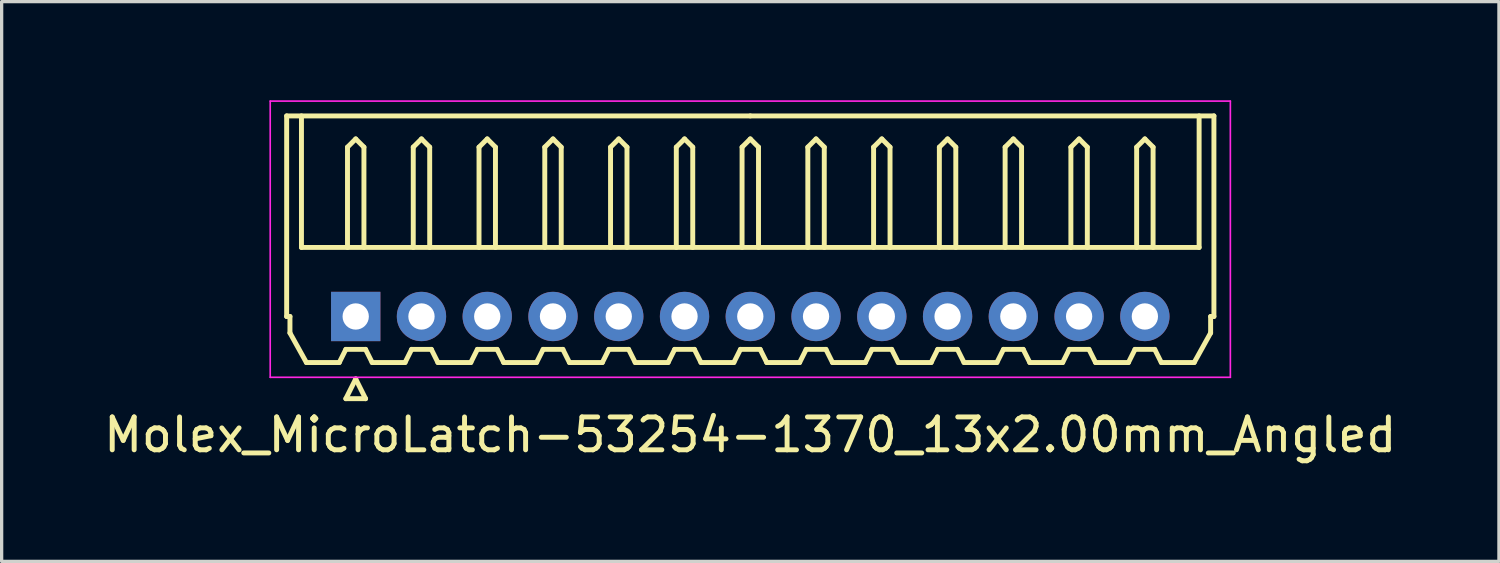
<source format=kicad_pcb>
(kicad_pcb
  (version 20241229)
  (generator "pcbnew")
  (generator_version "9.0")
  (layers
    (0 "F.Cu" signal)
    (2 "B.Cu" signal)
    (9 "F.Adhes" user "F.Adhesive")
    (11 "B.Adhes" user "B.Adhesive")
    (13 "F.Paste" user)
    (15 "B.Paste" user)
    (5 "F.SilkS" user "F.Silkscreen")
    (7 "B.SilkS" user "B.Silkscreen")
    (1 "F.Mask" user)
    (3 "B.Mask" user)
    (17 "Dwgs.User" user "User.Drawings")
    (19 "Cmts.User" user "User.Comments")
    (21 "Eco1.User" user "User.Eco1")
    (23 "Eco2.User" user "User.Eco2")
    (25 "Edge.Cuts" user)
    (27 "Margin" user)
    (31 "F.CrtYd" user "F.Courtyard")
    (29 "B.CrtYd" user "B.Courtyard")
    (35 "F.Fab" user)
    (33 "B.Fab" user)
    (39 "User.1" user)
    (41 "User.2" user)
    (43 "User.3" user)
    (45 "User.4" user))
  (footprint "Molex_MicroLatch-53254-1370_13x2.00mm_Angled"
    (layer "F.Cu")
    (at 7.768 6.575)
    (property "Reference" "Molex_MicroLatch-53254-1370_13x2.00mm_Angled" (at 12 3.6 0) (layer "F.SilkS") (effects (font (size 1 1) (thickness 0.15))))
    (attr through_hole)
    (fp_line (start -2.1 -6.1) (end 12 -6.1) (stroke (width 0.15) (type solid)) (layer "F.SilkS"))
    (fp_line (start -2.1 0) (end -2.1 -6.1) (stroke (width 0.15) (type solid)) (layer "F.SilkS"))
    (fp_line (start -2 0) (end -2.1 0) (stroke (width 0.15) (type solid)) (layer "F.SilkS"))
    (fp_line (start -2 0.5) (end -2 0) (stroke (width 0.15) (type solid)) (layer "F.SilkS"))
    (fp_line (start -1.65 -6.1) (end -1.65 -2.1) (stroke (width 0.15) (type solid)) (layer "F.SilkS"))
    (fp_line (start -1.65 -2.1) (end 25.65 -2.1) (stroke (width 0.15) (type solid)) (layer "F.SilkS"))
    (fp_line (start -1.5 1.4) (end -2 0.5) (stroke (width 0.15) (type solid)) (layer "F.SilkS"))
    (fp_line (start -0.5 1.4) (end -1.5 1.4) (stroke (width 0.15) (type solid)) (layer "F.SilkS"))
    (fp_line (start -0.3 1) (end -0.5 1.4) (stroke (width 0.15) (type solid)) (layer "F.SilkS"))
    (fp_line (start -0.3 1) (end 0.3 1) (stroke (width 0.15) (type solid)) (layer "F.SilkS"))
    (fp_line (start -0.3 2.5) (end 0.3 2.5) (stroke (width 0.15) (type solid)) (layer "F.SilkS"))
    (fp_line (start -0.25 -5.15) (end 0 -5.4) (stroke (width 0.15) (type solid)) (layer "F.SilkS"))
    (fp_line (start -0.25 -2.1) (end -0.25 -5.15) (stroke (width 0.15) (type solid)) (layer "F.SilkS"))
    (fp_line (start 0 -5.4) (end 0.25 -5.15) (stroke (width 0.15) (type solid)) (layer "F.SilkS"))
    (fp_line (start 0 1.9) (end -0.3 2.5) (stroke (width 0.15) (type solid)) (layer "F.SilkS"))
    (fp_line (start 0.25 -5.15) (end 0.25 -2.1) (stroke (width 0.15) (type solid)) (layer "F.SilkS"))
    (fp_line (start 0.3 1) (end 0.5 1.4) (stroke (width 0.15) (type solid)) (layer "F.SilkS"))
    (fp_line (start 0.3 2.5) (end 0 1.9) (stroke (width 0.15) (type solid)) (layer "F.SilkS"))
    (fp_line (start 0.5 1.4) (end 1.5 1.4) (stroke (width 0.15) (type solid)) (layer "F.SilkS"))
    (fp_line (start 1.5 1.4) (end 1.7 1) (stroke (width 0.15) (type solid)) (layer "F.SilkS"))
    (fp_line (start 1.7 1) (end 2.3 1) (stroke (width 0.15) (type solid)) (layer "F.SilkS"))
    (fp_line (start 1.75 -5.15) (end 2 -5.4) (stroke (width 0.15) (type solid)) (layer "F.SilkS"))
    (fp_line (start 1.75 -2.1) (end 1.75 -5.15) (stroke (width 0.15) (type solid)) (layer "F.SilkS"))
    (fp_line (start 2 -5.4) (end 2.25 -5.15) (stroke (width 0.15) (type solid)) (layer "F.SilkS"))
    (fp_line (start 2.25 -5.15) (end 2.25 -2.1) (stroke (width 0.15) (type solid)) (layer "F.SilkS"))
    (fp_line (start 2.3 1) (end 2.5 1.4) (stroke (width 0.15) (type solid)) (layer "F.SilkS"))
    (fp_line (start 2.5 1.4) (end 3.5 1.4) (stroke (width 0.15) (type solid)) (layer "F.SilkS"))
    (fp_line (start 3.5 1.4) (end 3.7 1) (stroke (width 0.15) (type solid)) (layer "F.SilkS"))
    (fp_line (start 3.7 1) (end 4.3 1) (stroke (width 0.15) (type solid)) (layer "F.SilkS"))
    (fp_line (start 3.75 -5.15) (end 4 -5.4) (stroke (width 0.15) (type solid)) (layer "F.SilkS"))
    (fp_line (start 3.75 -2.1) (end 3.75 -5.15) (stroke (width 0.15) (type solid)) (layer "F.SilkS"))
    (fp_line (start 4 -5.4) (end 4.25 -5.15) (stroke (width 0.15) (type solid)) (layer "F.SilkS"))
    (fp_line (start 4.25 -5.15) (end 4.25 -2.1) (stroke (width 0.15) (type solid)) (layer "F.SilkS"))
    (fp_line (start 4.3 1) (end 4.5 1.4) (stroke (width 0.15) (type solid)) (layer "F.SilkS"))
    (fp_line (start 4.5 1.4) (end 5.5 1.4) (stroke (width 0.15) (type solid)) (layer "F.SilkS"))
    (fp_line (start 5.5 1.4) (end 5.7 1) (stroke (width 0.15) (type solid)) (layer "F.SilkS"))
    (fp_line (start 5.7 1) (end 6.3 1) (stroke (width 0.15) (type solid)) (layer "F.SilkS"))
    (fp_line (start 5.75 -5.15) (end 6 -5.4) (stroke (width 0.15) (type solid)) (layer "F.SilkS"))
    (fp_line (start 5.75 -2.1) (end 5.75 -5.15) (stroke (width 0.15) (type solid)) (layer "F.SilkS"))
    (fp_line (start 6 -5.4) (end 6.25 -5.15) (stroke (width 0.15) (type solid)) (layer "F.SilkS"))
    (fp_line (start 6.25 -5.15) (end 6.25 -2.1) (stroke (width 0.15) (type solid)) (layer "F.SilkS"))
    (fp_line (start 6.3 1) (end 6.5 1.4) (stroke (width 0.15) (type solid)) (layer "F.SilkS"))
    (fp_line (start 6.5 1.4) (end 7.5 1.4) (stroke (width 0.15) (type solid)) (layer "F.SilkS"))
    (fp_line (start 7.5 1.4) (end 7.7 1) (stroke (width 0.15) (type solid)) (layer "F.SilkS"))
    (fp_line (start 7.7 1) (end 8.3 1) (stroke (width 0.15) (type solid)) (layer "F.SilkS"))
    (fp_line (start 7.75 -5.15) (end 8 -5.4) (stroke (width 0.15) (type solid)) (layer "F.SilkS"))
    (fp_line (start 7.75 -2.1) (end 7.75 -5.15) (stroke (width 0.15) (type solid)) (layer "F.SilkS"))
    (fp_line (start 8 -5.4) (end 8.25 -5.15) (stroke (width 0.15) (type solid)) (layer "F.SilkS"))
    (fp_line (start 8.25 -5.15) (end 8.25 -2.1) (stroke (width 0.15) (type solid)) (layer "F.SilkS"))
    (fp_line (start 8.3 1) (end 8.5 1.4) (stroke (width 0.15) (type solid)) (layer "F.SilkS"))
    (fp_line (start 8.5 1.4) (end 9.5 1.4) (stroke (width 0.15) (type solid)) (layer "F.SilkS"))
    (fp_line (start 9.5 1.4) (end 9.7 1) (stroke (width 0.15) (type solid)) (layer "F.SilkS"))
    (fp_line (start 9.7 1) (end 10.3 1) (stroke (width 0.15) (type solid)) (layer "F.SilkS"))
    (fp_line (start 9.75 -5.15) (end 10 -5.4) (stroke (width 0.15) (type solid)) (layer "F.SilkS"))
    (fp_line (start 9.75 -2.1) (end 9.75 -5.15) (stroke (width 0.15) (type solid)) (layer "F.SilkS"))
    (fp_line (start 10 -5.4) (end 10.25 -5.15) (stroke (width 0.15) (type solid)) (layer "F.SilkS"))
    (fp_line (start 10.25 -5.15) (end 10.25 -2.1) (stroke (width 0.15) (type solid)) (layer "F.SilkS"))
    (fp_line (start 10.3 1) (end 10.5 1.4) (stroke (width 0.15) (type solid)) (layer "F.SilkS"))
    (fp_line (start 10.5 1.4) (end 11.5 1.4) (stroke (width 0.15) (type solid)) (layer "F.SilkS"))
    (fp_line (start 11.5 1.4) (end 11.7 1) (stroke (width 0.15) (type solid)) (layer "F.SilkS"))
    (fp_line (start 11.7 1) (end 12.3 1) (stroke (width 0.15) (type solid)) (layer "F.SilkS"))
    (fp_line (start 11.75 -5.15) (end 12 -5.4) (stroke (width 0.15) (type solid)) (layer "F.SilkS"))
    (fp_line (start 11.75 -2.1) (end 11.75 -5.15) (stroke (width 0.15) (type solid)) (layer "F.SilkS"))
    (fp_line (start 12 -5.4) (end 12.25 -5.15) (stroke (width 0.15) (type solid)) (layer "F.SilkS"))
    (fp_line (start 12.25 -5.15) (end 12.25 -2.1) (stroke (width 0.15) (type solid)) (layer "F.SilkS"))
    (fp_line (start 12.3 1) (end 12.5 1.4) (stroke (width 0.15) (type solid)) (layer "F.SilkS"))
    (fp_line (start 12.5 1.4) (end 13.5 1.4) (stroke (width 0.15) (type solid)) (layer "F.SilkS"))
    (fp_line (start 13.5 1.4) (end 13.7 1) (stroke (width 0.15) (type solid)) (layer "F.SilkS"))
    (fp_line (start 13.7 1) (end 14.3 1) (stroke (width 0.15) (type solid)) (layer "F.SilkS"))
    (fp_line (start 13.75 -5.15) (end 14 -5.4) (stroke (width 0.15) (type solid)) (layer "F.SilkS"))
    (fp_line (start 13.75 -2.1) (end 13.75 -5.15) (stroke (width 0.15) (type solid)) (layer "F.SilkS"))
    (fp_line (start 14 -5.4) (end 14.25 -5.15) (stroke (width 0.15) (type solid)) (layer "F.SilkS"))
    (fp_line (start 14.25 -5.15) (end 14.25 -2.1) (stroke (width 0.15) (type solid)) (layer "F.SilkS"))
    (fp_line (start 14.3 1) (end 14.5 1.4) (stroke (width 0.15) (type solid)) (layer "F.SilkS"))
    (fp_line (start 14.5 1.4) (end 15.5 1.4) (stroke (width 0.15) (type solid)) (layer "F.SilkS"))
    (fp_line (start 15.5 1.4) (end 15.7 1) (stroke (width 0.15) (type solid)) (layer "F.SilkS"))
    (fp_line (start 15.7 1) (end 16.3 1) (stroke (width 0.15) (type solid)) (layer "F.SilkS"))
    (fp_line (start 15.75 -5.15) (end 16 -5.4) (stroke (width 0.15) (type solid)) (layer "F.SilkS"))
    (fp_line (start 15.75 -2.1) (end 15.75 -5.15) (stroke (width 0.15) (type solid)) (layer "F.SilkS"))
    (fp_line (start 16 -5.4) (end 16.25 -5.15) (stroke (width 0.15) (type solid)) (layer "F.SilkS"))
    (fp_line (start 16.25 -5.15) (end 16.25 -2.1) (stroke (width 0.15) (type solid)) (layer "F.SilkS"))
    (fp_line (start 16.3 1) (end 16.5 1.4) (stroke (width 0.15) (type solid)) (layer "F.SilkS"))
    (fp_line (start 16.5 1.4) (end 17.5 1.4) (stroke (width 0.15) (type solid)) (layer "F.SilkS"))
    (fp_line (start 17.5 1.4) (end 17.7 1) (stroke (width 0.15) (type solid)) (layer "F.SilkS"))
    (fp_line (start 17.7 1) (end 18.3 1) (stroke (width 0.15) (type solid)) (layer "F.SilkS"))
    (fp_line (start 17.75 -5.15) (end 18 -5.4) (stroke (width 0.15) (type solid)) (layer "F.SilkS"))
    (fp_line (start 17.75 -2.1) (end 17.75 -5.15) (stroke (width 0.15) (type solid)) (layer "F.SilkS"))
    (fp_line (start 18 -5.4) (end 18.25 -5.15) (stroke (width 0.15) (type solid)) (layer "F.SilkS"))
    (fp_line (start 18.25 -5.15) (end 18.25 -2.1) (stroke (width 0.15) (type solid)) (layer "F.SilkS"))
    (fp_line (start 18.3 1) (end 18.5 1.4) (stroke (width 0.15) (type solid)) (layer "F.SilkS"))
    (fp_line (start 18.5 1.4) (end 19.5 1.4) (stroke (width 0.15) (type solid)) (layer "F.SilkS"))
    (fp_line (start 19.5 1.4) (end 19.7 1) (stroke (width 0.15) (type solid)) (layer "F.SilkS"))
    (fp_line (start 19.7 1) (end 20.3 1) (stroke (width 0.15) (type solid)) (layer "F.SilkS"))
    (fp_line (start 19.75 -5.15) (end 20 -5.4) (stroke (width 0.15) (type solid)) (layer "F.SilkS"))
    (fp_line (start 19.75 -2.1) (end 19.75 -5.15) (stroke (width 0.15) (type solid)) (layer "F.SilkS"))
    (fp_line (start 20 -5.4) (end 20.25 -5.15) (stroke (width 0.15) (type solid)) (layer "F.SilkS"))
    (fp_line (start 20.25 -5.15) (end 20.25 -2.1) (stroke (width 0.15) (type solid)) (layer "F.SilkS"))
    (fp_line (start 20.3 1) (end 20.5 1.4) (stroke (width 0.15) (type solid)) (layer "F.SilkS"))
    (fp_line (start 20.5 1.4) (end 21.5 1.4) (stroke (width 0.15) (type solid)) (layer "F.SilkS"))
    (fp_line (start 21.5 1.4) (end 21.7 1) (stroke (width 0.15) (type solid)) (layer "F.SilkS"))
    (fp_line (start 21.7 1) (end 22.3 1) (stroke (width 0.15) (type solid)) (layer "F.SilkS"))
    (fp_line (start 21.75 -5.15) (end 22 -5.4) (stroke (width 0.15) (type solid)) (layer "F.SilkS"))
    (fp_line (start 21.75 -2.1) (end 21.75 -5.15) (stroke (width 0.15) (type solid)) (layer "F.SilkS"))
    (fp_line (start 22 -5.4) (end 22.25 -5.15) (stroke (width 0.15) (type solid)) (layer "F.SilkS"))
    (fp_line (start 22.25 -5.15) (end 22.25 -2.1) (stroke (width 0.15) (type solid)) (layer "F.SilkS"))
    (fp_line (start 22.3 1) (end 22.5 1.4) (stroke (width 0.15) (type solid)) (layer "F.SilkS"))
    (fp_line (start 22.5 1.4) (end 23.5 1.4) (stroke (width 0.15) (type solid)) (layer "F.SilkS"))
    (fp_line (start 23.5 1.4) (end 23.7 1) (stroke (width 0.15) (type solid)) (layer "F.SilkS"))
    (fp_line (start 23.7 1) (end 24.3 1) (stroke (width 0.15) (type solid)) (layer "F.SilkS"))
    (fp_line (start 23.75 -5.15) (end 24 -5.4) (stroke (width 0.15) (type solid)) (layer "F.SilkS"))
    (fp_line (start 23.75 -2.1) (end 23.75 -5.15) (stroke (width 0.15) (type solid)) (layer "F.SilkS"))
    (fp_line (start 24 -5.4) (end 24.25 -5.15) (stroke (width 0.15) (type solid)) (layer "F.SilkS"))
    (fp_line (start 24.25 -5.15) (end 24.25 -2.1) (stroke (width 0.15) (type solid)) (layer "F.SilkS"))
    (fp_line (start 24.3 1) (end 24.5 1.4) (stroke (width 0.15) (type solid)) (layer "F.SilkS"))
    (fp_line (start 24.5 1.4) (end 25.5 1.4) (stroke (width 0.15) (type solid)) (layer "F.SilkS"))
    (fp_line (start 25.5 1.4) (end 26 0.5) (stroke (width 0.15) (type solid)) (layer "F.SilkS"))
    (fp_line (start 25.65 -2.1) (end 25.65 -6.1) (stroke (width 0.15) (type solid)) (layer "F.SilkS"))
    (fp_line (start 26 0) (end 26.1 0) (stroke (width 0.15) (type solid)) (layer "F.SilkS"))
    (fp_line (start 26 0.5) (end 26 0) (stroke (width 0.15) (type solid)) (layer "F.SilkS"))
    (fp_line (start 26.1 -6.1) (end 12 -6.1) (stroke (width 0.15) (type solid)) (layer "F.SilkS"))
    (fp_line (start 26.1 0) (end 26.1 -6.1) (stroke (width 0.15) (type solid)) (layer "F.SilkS"))
    (fp_line (start -2.6 -6.55) (end -2.6 1.85) (stroke (width 0.05) (type solid)) (layer "F.CrtYd"))
    (fp_line (start -2.6 1.85) (end 26.6 1.85) (stroke (width 0.05) (type solid)) (layer "F.CrtYd"))
    (fp_line (start 26.6 -6.55) (end -2.6 -6.55) (stroke (width 0.05) (type solid)) (layer "F.CrtYd"))
    (fp_line (start 26.6 1.85) (end 26.6 -6.55) (stroke (width 0.05) (type solid)) (layer "F.CrtYd"))
    (pad "1" thru_hole rect (at 0 0) (size 1.5 1.5) (drill 0.8) (layers "*.Cu" "*.Mask"))
    (pad "2" thru_hole circle (at 2 0) (size 1.5 1.5) (drill 0.8) (layers "*.Cu" "*.Mask"))
    (pad "3" thru_hole circle (at 4 0) (size 1.5 1.5) (drill 0.8) (layers "*.Cu" "*.Mask"))
    (pad "4" thru_hole circle (at 6 0) (size 1.5 1.5) (drill 0.8) (layers "*.Cu" "*.Mask"))
    (pad "5" thru_hole circle (at 8 0) (size 1.5 1.5) (drill 0.8) (layers "*.Cu" "*.Mask"))
    (pad "6" thru_hole circle (at 10 0) (size 1.5 1.5) (drill 0.8) (layers "*.Cu" "*.Mask"))
    (pad "7" thru_hole circle (at 12 0) (size 1.5 1.5) (drill 0.8) (layers "*.Cu" "*.Mask"))
    (pad "8" thru_hole circle (at 14 0) (size 1.5 1.5) (drill 0.8) (layers "*.Cu" "*.Mask"))
    (pad "9" thru_hole circle (at 16 0) (size 1.5 1.5) (drill 0.8) (layers "*.Cu" "*.Mask"))
    (pad "10" thru_hole circle (at 18 0) (size 1.5 1.5) (drill 0.8) (layers "*.Cu" "*.Mask"))
    (pad "11" thru_hole circle (at 20 0) (size 1.5 1.5) (drill 0.8) (layers "*.Cu" "*.Mask"))
    (pad "12" thru_hole circle (at 22 0) (size 1.5 1.5) (drill 0.8) (layers "*.Cu" "*.Mask"))
    (pad "13" thru_hole circle (at 24 0) (size 1.5 1.5) (drill 0.8) (layers "*.Cu" "*.Mask")))
  (gr_rect
    (start -3 -3)
    (end 42.536 14.023)
    (stroke (width 0.1) (type default))
    (fill no)
    (layer "Edge.Cuts")))
</source>
